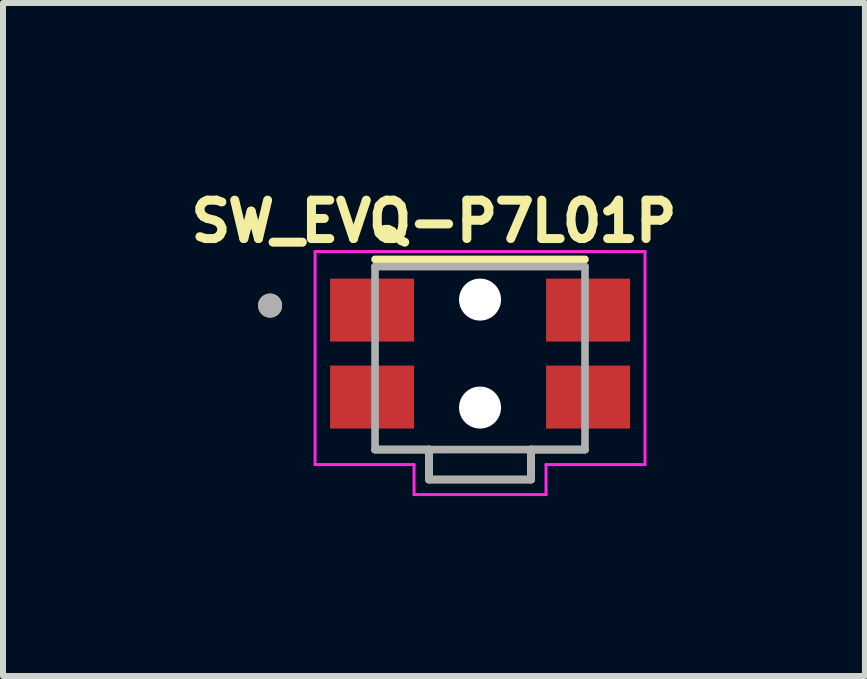
<source format=kicad_pcb>
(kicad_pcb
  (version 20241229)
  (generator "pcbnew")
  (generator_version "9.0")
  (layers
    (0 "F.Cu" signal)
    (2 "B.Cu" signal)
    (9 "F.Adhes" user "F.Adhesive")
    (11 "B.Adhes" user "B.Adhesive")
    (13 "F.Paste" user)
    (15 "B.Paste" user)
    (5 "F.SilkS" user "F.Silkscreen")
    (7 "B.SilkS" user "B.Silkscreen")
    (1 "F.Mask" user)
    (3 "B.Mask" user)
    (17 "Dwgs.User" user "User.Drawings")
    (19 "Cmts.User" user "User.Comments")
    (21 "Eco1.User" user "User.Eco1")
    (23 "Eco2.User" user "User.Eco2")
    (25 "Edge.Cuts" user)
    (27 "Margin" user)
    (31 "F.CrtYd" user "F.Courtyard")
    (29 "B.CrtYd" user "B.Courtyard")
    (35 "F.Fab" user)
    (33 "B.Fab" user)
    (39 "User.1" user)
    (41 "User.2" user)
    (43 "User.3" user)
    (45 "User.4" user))
  (footprint "SW_EVQ-P7L01P"
    (layer "F.Cu")
    (at 4.952 2.844)
    (property "Reference" "SW_EVQ-P7L01P" (at -0.768 -2.206 0) (layer "F.SilkS") (effects (font (size 0.64 0.64) (thickness 0.15))))
    (attr through_hole)
    (fp_line (start -1.75 -1.57) (end 1.75 -1.57) (stroke (width 0.127) (type solid)) (layer "F.SilkS"))
    (fp_line (start -1.75 1.6) (end -0.85 1.6) (stroke (width 0.127) (type solid)) (layer "F.SilkS"))
    (fp_line (start -0.85 1.6) (end -0.85 2.1) (stroke (width 0.127) (type solid)) (layer "F.SilkS"))
    (fp_line (start -0.85 2.1) (end 0.85 2.1) (stroke (width 0.127) (type solid)) (layer "F.SilkS"))
    (fp_line (start 0.85 1.6) (end 1.75 1.6) (stroke (width 0.127) (type solid)) (layer "F.SilkS"))
    (fp_line (start 0.85 2.1) (end 0.85 1.6) (stroke (width 0.127) (type solid)) (layer "F.SilkS"))
    (fp_circle (center -3.5 -0.8) (end -3.4 -0.8) (stroke (width 0.2) (type solid)) (fill no) (layer "F.SilkS"))
    (fp_line (start -2.75 -1.7) (end 2.75 -1.7) (stroke (width 0.05) (type solid)) (layer "F.CrtYd"))
    (fp_line (start -2.75 1.85) (end -2.75 -1.7) (stroke (width 0.05) (type solid)) (layer "F.CrtYd"))
    (fp_line (start -1.1 1.85) (end -2.75 1.85) (stroke (width 0.05) (type solid)) (layer "F.CrtYd"))
    (fp_line (start -1.1 2.35) (end -1.1 1.85) (stroke (width 0.05) (type solid)) (layer "F.CrtYd"))
    (fp_line (start 1.1 1.85) (end 1.1 2.35) (stroke (width 0.05) (type solid)) (layer "F.CrtYd"))
    (fp_line (start 1.1 2.35) (end -1.1 2.35) (stroke (width 0.05) (type solid)) (layer "F.CrtYd"))
    (fp_line (start 2.75 -1.7) (end 2.75 1.85) (stroke (width 0.05) (type solid)) (layer "F.CrtYd"))
    (fp_line (start 2.75 1.85) (end 1.1 1.85) (stroke (width 0.05) (type solid)) (layer "F.CrtYd"))
    (fp_line (start -1.75 -1.45) (end 1.75 -1.45) (stroke (width 0.127) (type solid)) (layer "F.Fab"))
    (fp_line (start -1.75 1.6) (end -1.75 -1.45) (stroke (width 0.127) (type solid)) (layer "F.Fab"))
    (fp_line (start -0.85 1.6) (end -1.75 1.6) (stroke (width 0.127) (type solid)) (layer "F.Fab"))
    (fp_line (start -0.85 1.6) (end -0.85 2.1) (stroke (width 0.127) (type solid)) (layer "F.Fab"))
    (fp_line (start -0.85 2.1) (end 0.85 2.1) (stroke (width 0.127) (type solid)) (layer "F.Fab"))
    (fp_line (start 0.85 1.6) (end -0.85 1.6) (stroke (width 0.127) (type solid)) (layer "F.Fab"))
    (fp_line (start 0.85 2.1) (end 0.85 1.6) (stroke (width 0.127) (type solid)) (layer "F.Fab"))
    (fp_line (start 1.75 -1.45) (end 1.75 1.6) (stroke (width 0.127) (type solid)) (layer "F.Fab"))
    (fp_line (start 1.75 1.6) (end 0.85 1.6) (stroke (width 0.127) (type solid)) (layer "F.Fab"))
    (fp_circle (center -3.5 -0.8) (end -3.4 -0.8) (stroke (width 0.2) (type solid)) (fill no) (layer "F.Fab"))
    (pad "" np_thru_hole circle (at 0 -0.9) (size 0.7 0.7) (drill 0.7) (layers "*.Cu" "*.Mask"))
    (pad "" np_thru_hole circle (at 0 0.9) (size 0.7 0.7) (drill 0.7) (layers "*.Cu" "*.Mask"))
    (pad "1" smd rect (at -1.8 -0.725) (size 1.4 1.05) (layers "F.Cu" "F.Mask" "F.Paste"))
    (pad "1" smd rect (at 1.8 -0.725) (size 1.4 1.05) (layers "F.Cu" "F.Mask" "F.Paste"))
    (pad "2" smd rect (at -1.8 0.725) (size 1.4 1.05) (layers "F.Cu" "F.Mask" "F.Paste"))
    (pad "2" smd rect (at 1.8 0.725) (size 1.4 1.05) (layers "F.Cu" "F.Mask" "F.Paste")))
  (gr_rect
    (start -3 -3)
    (end 11.368 8.219)
    (stroke (width 0.1) (type default))
    (fill no)
    (layer "Edge.Cuts")))
</source>
